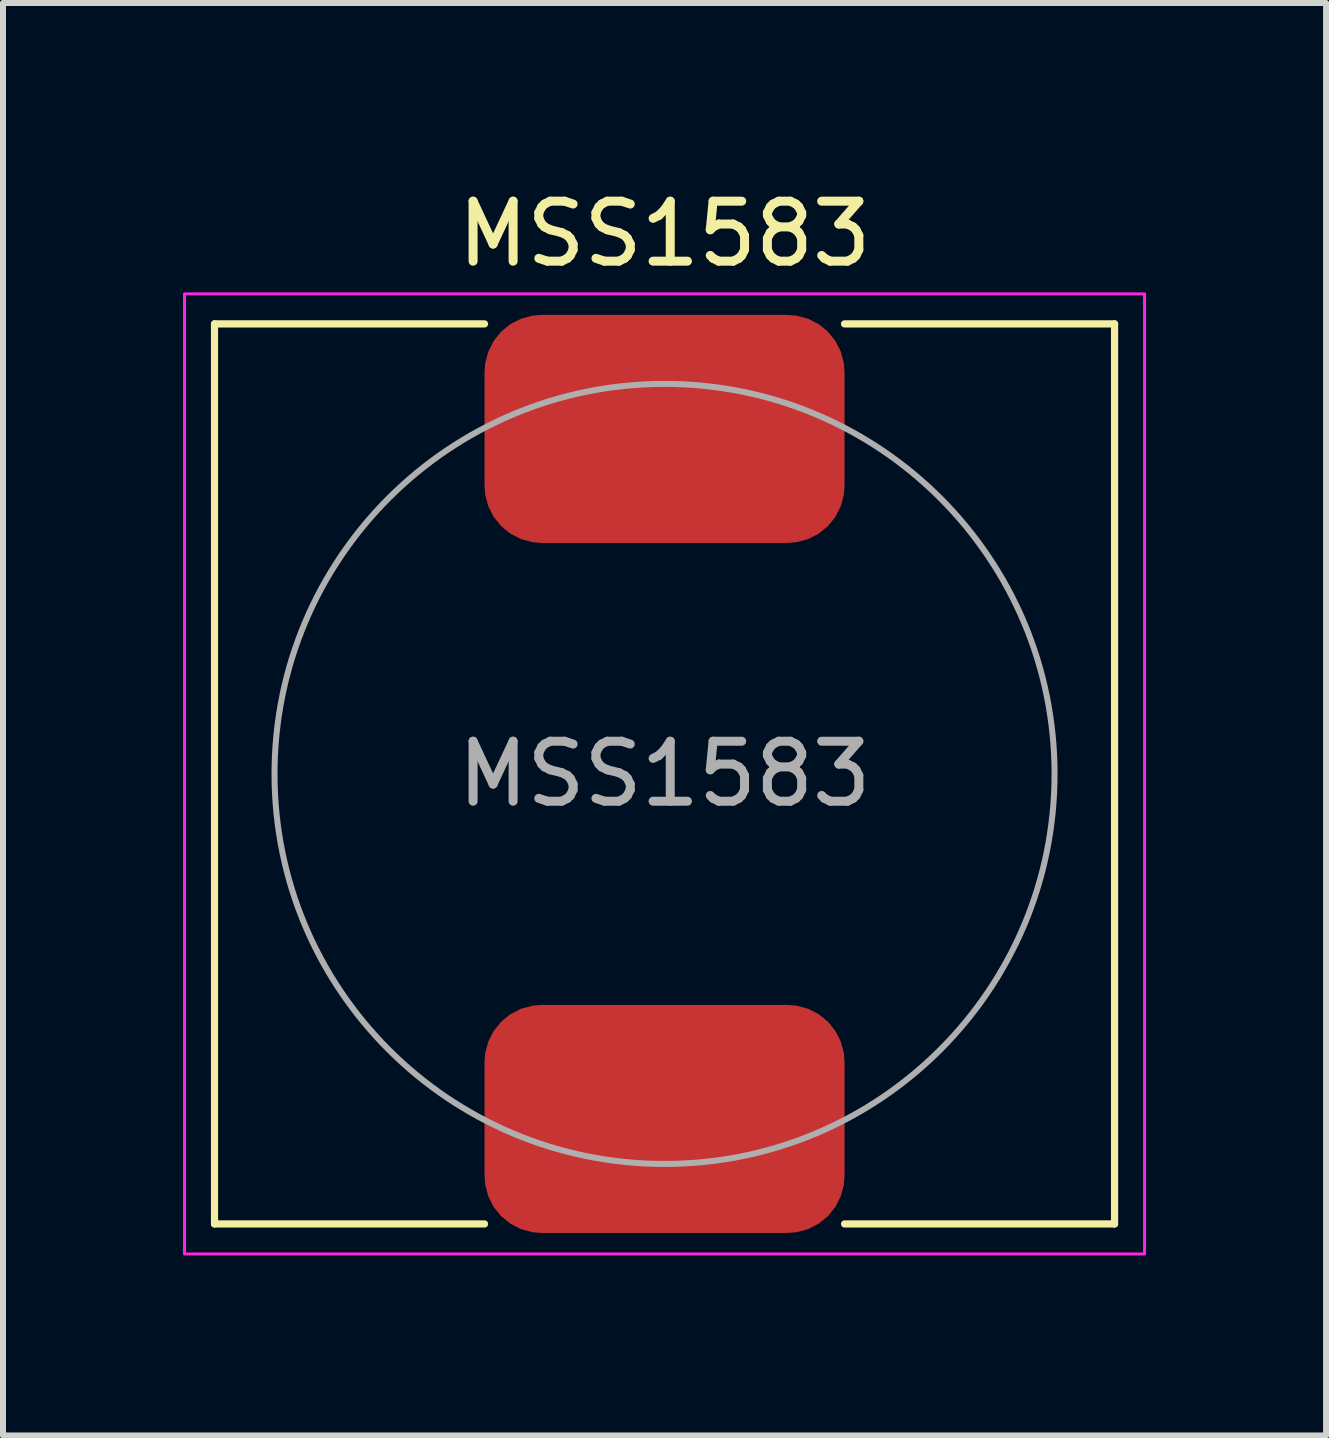
<source format=kicad_pcb>
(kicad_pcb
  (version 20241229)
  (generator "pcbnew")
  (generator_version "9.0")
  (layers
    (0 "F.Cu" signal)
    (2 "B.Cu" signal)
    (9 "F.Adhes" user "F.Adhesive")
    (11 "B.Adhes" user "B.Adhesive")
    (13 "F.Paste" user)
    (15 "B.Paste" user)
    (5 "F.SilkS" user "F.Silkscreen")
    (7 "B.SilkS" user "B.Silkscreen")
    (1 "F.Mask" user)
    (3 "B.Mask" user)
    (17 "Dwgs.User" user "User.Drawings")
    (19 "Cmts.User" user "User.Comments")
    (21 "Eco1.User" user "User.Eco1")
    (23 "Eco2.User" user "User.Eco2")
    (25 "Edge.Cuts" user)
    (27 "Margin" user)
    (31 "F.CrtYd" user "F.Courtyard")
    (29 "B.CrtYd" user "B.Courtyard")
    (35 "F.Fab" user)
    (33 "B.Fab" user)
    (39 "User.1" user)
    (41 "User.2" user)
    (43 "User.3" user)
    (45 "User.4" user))
  (footprint "MSS1583"
    (layer "F.Cu")
    (at 8.025 9.848)
    (property "Reference" "MSS1583" (at 0 -9 0) (unlocked yes) (layer "F.SilkS") (effects (font (size 1 1) (thickness 0.15))))
    (attr smd)
    (fp_line (start -7.5 -7.5) (end -7.5 7.5) (stroke (width 0.12) (type solid)) (layer "F.SilkS"))
    (fp_line (start -7.5 7.5) (end -3 7.5) (stroke (width 0.12) (type solid)) (layer "F.SilkS"))
    (fp_line (start -3 -7.5) (end -7.5 -7.5) (stroke (width 0.12) (type solid)) (layer "F.SilkS"))
    (fp_line (start 3 7.5) (end 7.5 7.5) (stroke (width 0.12) (type solid)) (layer "F.SilkS"))
    (fp_line (start 7.5 -7.5) (end 3 -7.5) (stroke (width 0.12) (type solid)) (layer "F.SilkS"))
    (fp_line (start 7.5 7.5) (end 7.5 -7.5) (stroke (width 0.12) (type solid)) (layer "F.SilkS"))
    (fp_rect (start -8 -8) (end 8 8) (stroke (width 0.05) (type solid)) (fill no) (layer "F.CrtYd"))
    (fp_circle (center 0 0) (end -6.5 0) (stroke (width 0.1) (type solid)) (fill no) (layer "F.Fab"))
    (fp_text user "${REFERENCE}" (at 0 0 0) (unlocked yes) (layer "F.Fab") (effects (font (size 1 1) (thickness 0.15))))
    (pad "1" smd roundrect (at 0 -5.75) (size 6 3.8) (layers "F.Cu" "F.Mask" "F.Paste") (roundrect_rratio 0.25))
    (pad "2" smd roundrect (at 0 5.75) (size 6 3.8) (layers "F.Cu" "F.Mask" "F.Paste") (roundrect_rratio 0.25)))
  (gr_rect
    (start -3 -3)
    (end 19.05 20.873)
    (stroke (width 0.1) (type default))
    (fill no)
    (layer "Edge.Cuts")))
</source>
